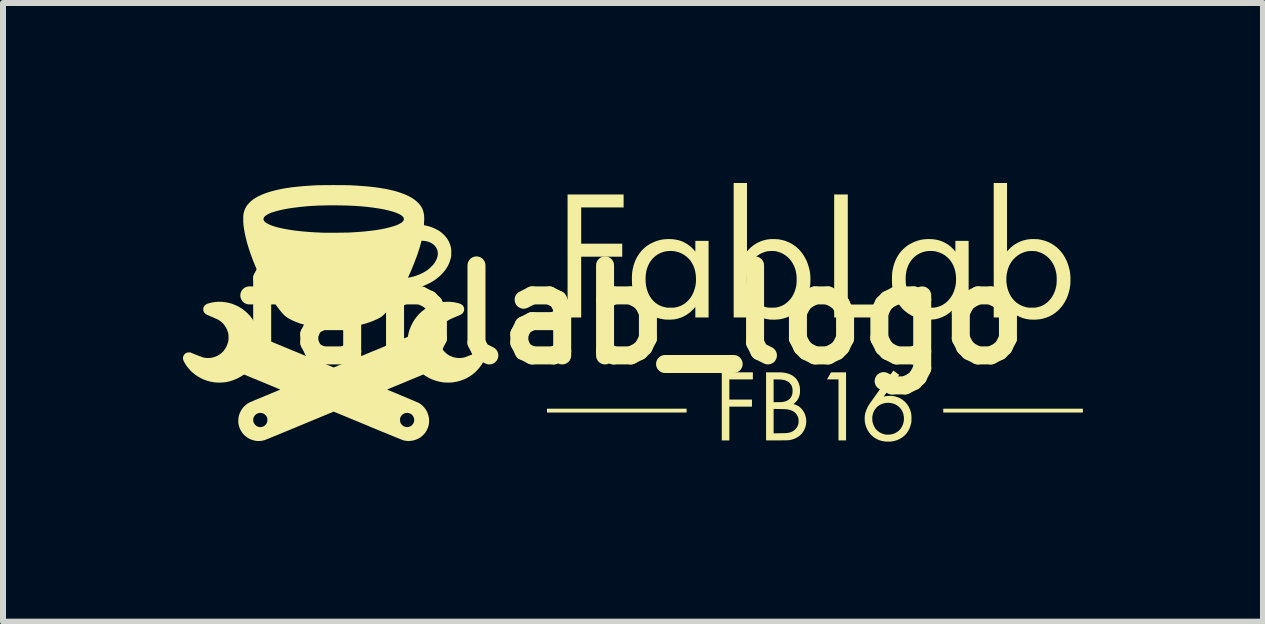
<source format=kicad_pcb>
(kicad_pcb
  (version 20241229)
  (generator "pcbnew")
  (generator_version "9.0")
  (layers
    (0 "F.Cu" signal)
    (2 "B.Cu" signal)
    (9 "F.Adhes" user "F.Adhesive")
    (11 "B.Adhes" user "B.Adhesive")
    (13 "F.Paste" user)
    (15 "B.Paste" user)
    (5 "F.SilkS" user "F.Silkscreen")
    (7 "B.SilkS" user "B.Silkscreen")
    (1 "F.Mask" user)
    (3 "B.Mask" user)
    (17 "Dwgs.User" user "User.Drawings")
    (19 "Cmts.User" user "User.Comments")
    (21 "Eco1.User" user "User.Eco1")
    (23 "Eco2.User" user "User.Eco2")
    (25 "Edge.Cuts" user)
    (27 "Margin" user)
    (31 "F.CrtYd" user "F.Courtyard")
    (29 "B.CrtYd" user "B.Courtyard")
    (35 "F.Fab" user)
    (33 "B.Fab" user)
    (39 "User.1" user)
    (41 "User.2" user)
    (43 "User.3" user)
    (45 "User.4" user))
  (footprint "fablab_logo"
    (layer "F.Cu")
    (at 7.498 2.195)
    (property "Reference" "fablab_logo" (at 0 0 0) (layer "F.SilkS") (effects (font (size 1.5 1.5) (thickness 0.3))))
    (attr board_only exclude_from_pos_files exclude_from_bom)
    (fp_poly (pts (xy 0.895 1.598) (xy 0.895 1.63) (xy -0.268 1.63) (xy -1.432 1.63) (xy -1.432 1.598) (xy -1.432 1.566) (xy -0.268 1.566) (xy 0.895 1.566)) (stroke (width 0) (type solid)) (fill yes) (layer "F.SilkS"))
    (fp_poly (pts (xy 7.499 1.598) (xy 7.499 1.63) (xy 6.336 1.63) (xy 5.172 1.63) (xy 5.172 1.598) (xy 5.172 1.566) (xy 6.336 1.566) (xy 7.499 1.566)) (stroke (width 0) (type solid)) (fill yes) (layer "F.SilkS"))
    (fp_poly (pts (xy 3.552 1.527) (xy 3.552 2.095) (xy 3.489 2.095) (xy 3.426 2.095) (xy 3.426 1.587) (xy 3.426 1.078) (xy 3.331 1.078) (xy 3.235 1.078) (xy 3.268 1.019) (xy 3.301 0.96) (xy 3.427 0.96) (xy 3.552 0.96)) (stroke (width 0) (type solid)) (fill yes) (layer "F.SilkS"))
    (fp_poly (pts (xy 3.581 -1.087) (xy 3.581 -0.17) (xy 3.864 -0.17) (xy 4.147 -0.169) (xy 4.148 -0.061) (xy 4.148 0.046) (xy 3.751 0.046) (xy 3.354 0.046) (xy 3.354 -0.979) (xy 3.354 -2.004) (xy 3.467 -2.004) (xy 3.581 -2.004)) (stroke (width 0) (type solid)) (fill yes) (layer "F.SilkS"))
    (fp_poly (pts (xy -0.155 -1.896) (xy -0.155 -1.788) (xy -0.508 -1.788) (xy -0.862 -1.788) (xy -0.862 -1.486) (xy -0.862 -1.184) (xy -0.52 -1.184) (xy -0.178 -1.184) (xy -0.178 -1.076) (xy -0.178 -0.967) (xy -0.52 -0.967) (xy -0.862 -0.967) (xy -0.862 -0.46) (xy -0.862 0.046) (xy -0.975 0.046) (xy -1.089 0.046) (xy -1.089 -0.979) (xy -1.089 -2.004) (xy -0.622 -2.004) (xy -0.155 -2.004)) (stroke (width 0) (type solid)) (fill yes) (layer "F.SilkS"))
    (fp_poly (pts (xy 1.999 1.019) (xy 1.999 1.078) (xy 1.803 1.078) (xy 1.607 1.078) (xy 1.607 1.246) (xy 1.607 1.414) (xy 1.795 1.414) (xy 1.984 1.414) (xy 1.984 1.473) (xy 1.984 1.532) (xy 1.795 1.532) (xy 1.607 1.532) (xy 1.607 1.814) (xy 1.607 2.095) (xy 1.544 2.095) (xy 1.481 2.095) (xy 1.481 1.527) (xy 1.481 0.96) (xy 1.74 0.96) (xy 1.999 0.96)) (stroke (width 0) (type solid)) (fill yes) (layer "F.SilkS"))
    (fp_poly (pts (xy 1.901 -1.625) (xy 1.901 -1.055) (xy 1.916 -1.072) (xy 1.953 -1.111) (xy 1.993 -1.145) (xy 2.035 -1.175) (xy 2.081 -1.201) (xy 2.128 -1.223) (xy 2.178 -1.24) (xy 2.231 -1.252) (xy 2.28 -1.259) (xy 2.298 -1.26) (xy 2.32 -1.261) (xy 2.344 -1.261) (xy 2.368 -1.26) (xy 2.393 -1.259) (xy 2.415 -1.258) (xy 2.434 -1.255) (xy 2.437 -1.255) (xy 2.491 -1.244) (xy 2.544 -1.229) (xy 2.593 -1.209) (xy 2.641 -1.185) (xy 2.685 -1.157) (xy 2.727 -1.125) (xy 2.766 -1.089) (xy 2.802 -1.049) (xy 2.834 -1.006) (xy 2.863 -0.959) (xy 2.889 -0.91) (xy 2.911 -0.857) (xy 2.929 -0.801) (xy 2.944 -0.742) (xy 2.952 -0.698) (xy 2.954 -0.675) (xy 2.956 -0.649) (xy 2.958 -0.62) (xy 2.958 -0.59) (xy 2.958 -0.56) (xy 2.957 -0.532) (xy 2.956 -0.508) (xy 2.955 -0.503) (xy 2.947 -0.443) (xy 2.934 -0.385) (xy 2.917 -0.33) (xy 2.897 -0.277) (xy 2.873 -0.228) (xy 2.845 -0.181) (xy 2.813 -0.138) (xy 2.779 -0.098) (xy 2.741 -0.061) (xy 2.701 -0.028) (xy 2.657 0.001) (xy 2.611 0.025) (xy 2.562 0.046) (xy 2.511 0.062) (xy 2.487 0.068) (xy 2.451 0.075) (xy 2.412 0.079) (xy 2.372 0.082) (xy 2.332 0.082) (xy 2.294 0.081) (xy 2.27 0.079) (xy 2.217 0.07) (xy 2.166 0.056) (xy 2.117 0.038) (xy 2.07 0.015) (xy 2.025 -0.013) (xy 1.995 -0.035) (xy 1.985 -0.044) (xy 1.973 -0.055) (xy 1.959 -0.068) (xy 1.945 -0.082) (xy 1.932 -0.095) (xy 1.92 -0.108) (xy 1.911 -0.118) (xy 1.909 -0.12) (xy 1.901 -0.13) (xy 1.901 -0.042) (xy 1.901 0.046) (xy 1.79 0.046) (xy 1.679 0.046) (xy 1.679 -0.587) (xy 1.889 -0.587) (xy 1.891 -0.537) (xy 1.898 -0.489) (xy 1.908 -0.441) (xy 1.923 -0.395) (xy 1.941 -0.351) (xy 1.964 -0.309) (xy 1.969 -0.301) (xy 1.997 -0.263) (xy 2.027 -0.23) (xy 2.061 -0.2) (xy 2.098 -0.175) (xy 2.137 -0.154) (xy 2.18 -0.137) (xy 2.225 -0.124) (xy 2.261 -0.118) (xy 2.266 -0.117) (xy 2.275 -0.117) (xy 2.288 -0.117) (xy 2.303 -0.117) (xy 2.319 -0.117) (xy 2.324 -0.117) (xy 2.345 -0.118) (xy 2.361 -0.118) (xy 2.374 -0.119) (xy 2.385 -0.12) (xy 2.394 -0.122) (xy 2.403 -0.124) (xy 2.443 -0.134) (xy 2.479 -0.148) (xy 2.512 -0.164) (xy 2.543 -0.184) (xy 2.573 -0.208) (xy 2.595 -0.229) (xy 2.626 -0.263) (xy 2.652 -0.299) (xy 2.674 -0.338) (xy 2.693 -0.38) (xy 2.703 -0.409) (xy 2.713 -0.442) (xy 2.72 -0.474) (xy 2.725 -0.507) (xy 2.728 -0.542) (xy 2.729 -0.58) (xy 2.729 -0.586) (xy 2.728 -0.628) (xy 2.725 -0.667) (xy 2.719 -0.704) (xy 2.711 -0.741) (xy 2.701 -0.771) (xy 2.684 -0.816) (xy 2.662 -0.858) (xy 2.637 -0.896) (xy 2.608 -0.931) (xy 2.576 -0.963) (xy 2.54 -0.991) (xy 2.502 -1.015) (xy 2.461 -1.034) (xy 2.418 -1.049) (xy 2.389 -1.057) (xy 2.374 -1.059) (xy 2.355 -1.061) (xy 2.334 -1.062) (xy 2.311 -1.062) (xy 2.288 -1.061) (xy 2.267 -1.06) (xy 2.248 -1.058) (xy 2.234 -1.056) (xy 2.188 -1.043) (xy 2.145 -1.026) (xy 2.104 -1.004) (xy 2.067 -0.978) (xy 2.032 -0.948) (xy 2 -0.915) (xy 1.972 -0.878) (xy 1.948 -0.838) (xy 1.941 -0.824) (xy 1.922 -0.78) (xy 1.908 -0.733) (xy 1.897 -0.685) (xy 1.891 -0.636) (xy 1.889 -0.587) (xy 1.679 -0.587) (xy 1.679 -1.074) (xy 1.679 -2.195) (xy 1.79 -2.195) (xy 1.901 -2.195)) (stroke (width 0) (type solid)) (fill yes) (layer "F.SilkS"))
    (fp_poly (pts (xy 6.235 -1.625) (xy 6.235 -1.055) (xy 6.25 -1.072) (xy 6.287 -1.111) (xy 6.327 -1.145) (xy 6.369 -1.175) (xy 6.415 -1.201) (xy 6.462 -1.223) (xy 6.512 -1.24) (xy 6.565 -1.252) (xy 6.614 -1.259) (xy 6.632 -1.26) (xy 6.654 -1.261) (xy 6.678 -1.261) (xy 6.702 -1.26) (xy 6.727 -1.259) (xy 6.749 -1.258) (xy 6.768 -1.255) (xy 6.77 -1.255) (xy 6.825 -1.244) (xy 6.877 -1.229) (xy 6.927 -1.209) (xy 6.975 -1.185) (xy 7.019 -1.157) (xy 7.061 -1.125) (xy 7.1 -1.089) (xy 7.136 -1.049) (xy 7.168 -1.006) (xy 7.197 -0.959) (xy 7.223 -0.91) (xy 7.245 -0.857) (xy 7.263 -0.801) (xy 7.278 -0.742) (xy 7.286 -0.698) (xy 7.288 -0.675) (xy 7.29 -0.649) (xy 7.292 -0.62) (xy 7.292 -0.59) (xy 7.292 -0.56) (xy 7.291 -0.532) (xy 7.29 -0.508) (xy 7.289 -0.503) (xy 7.281 -0.443) (xy 7.268 -0.385) (xy 7.251 -0.33) (xy 7.231 -0.277) (xy 7.206 -0.228) (xy 7.179 -0.181) (xy 7.147 -0.138) (xy 7.113 -0.098) (xy 7.075 -0.061) (xy 7.035 -0.028) (xy 6.991 0.001) (xy 6.945 0.025) (xy 6.896 0.046) (xy 6.845 0.062) (xy 6.821 0.068) (xy 6.785 0.075) (xy 6.746 0.079) (xy 6.706 0.082) (xy 6.666 0.082) (xy 6.628 0.081) (xy 6.604 0.079) (xy 6.55 0.07) (xy 6.5 0.056) (xy 6.451 0.038) (xy 6.404 0.015) (xy 6.359 -0.013) (xy 6.329 -0.035) (xy 6.319 -0.044) (xy 6.307 -0.055) (xy 6.293 -0.068) (xy 6.279 -0.082) (xy 6.266 -0.095) (xy 6.254 -0.108) (xy 6.245 -0.118) (xy 6.243 -0.12) (xy 6.235 -0.13) (xy 6.235 -0.042) (xy 6.235 0.046) (xy 6.124 0.046) (xy 6.013 0.046) (xy 6.013 -0.587) (xy 6.223 -0.587) (xy 6.225 -0.537) (xy 6.232 -0.489) (xy 6.242 -0.441) (xy 6.257 -0.395) (xy 6.275 -0.351) (xy 6.298 -0.309) (xy 6.303 -0.301) (xy 6.331 -0.263) (xy 6.361 -0.23) (xy 6.395 -0.2) (xy 6.432 -0.175) (xy 6.471 -0.154) (xy 6.514 -0.137) (xy 6.559 -0.124) (xy 6.595 -0.118) (xy 6.6 -0.117) (xy 6.609 -0.117) (xy 6.622 -0.117) (xy 6.636 -0.117) (xy 6.653 -0.117) (xy 6.658 -0.117) (xy 6.679 -0.118) (xy 6.695 -0.118) (xy 6.708 -0.119) (xy 6.719 -0.12) (xy 6.728 -0.122) (xy 6.737 -0.124) (xy 6.777 -0.134) (xy 6.813 -0.148) (xy 6.846 -0.164) (xy 6.877 -0.184) (xy 6.907 -0.208) (xy 6.929 -0.229) (xy 6.959 -0.263) (xy 6.986 -0.299) (xy 7.008 -0.338) (xy 7.027 -0.38) (xy 7.037 -0.409) (xy 7.047 -0.442) (xy 7.054 -0.474) (xy 7.059 -0.507) (xy 7.062 -0.542) (xy 7.063 -0.58) (xy 7.063 -0.586) (xy 7.062 -0.628) (xy 7.059 -0.667) (xy 7.053 -0.704) (xy 7.044 -0.741) (xy 7.035 -0.771) (xy 7.018 -0.816) (xy 6.996 -0.858) (xy 6.971 -0.896) (xy 6.942 -0.931) (xy 6.91 -0.963) (xy 6.874 -0.991) (xy 6.836 -1.015) (xy 6.795 -1.034) (xy 6.751 -1.049) (xy 6.723 -1.057) (xy 6.708 -1.059) (xy 6.689 -1.061) (xy 6.668 -1.062) (xy 6.645 -1.062) (xy 6.622 -1.061) (xy 6.601 -1.06) (xy 6.582 -1.058) (xy 6.568 -1.056) (xy 6.522 -1.043) (xy 6.479 -1.026) (xy 6.438 -1.004) (xy 6.4 -0.978) (xy 6.366 -0.948) (xy 6.334 -0.915) (xy 6.306 -0.878) (xy 6.282 -0.838) (xy 6.275 -0.824) (xy 6.256 -0.78) (xy 6.242 -0.733) (xy 6.231 -0.685) (xy 6.225 -0.636) (xy 6.223 -0.587) (xy 6.013 -0.587) (xy 6.013 -1.074) (xy 6.013 -2.195) (xy 6.124 -2.195) (xy 6.235 -2.195)) (stroke (width 0) (type solid)) (fill yes) (layer "F.SilkS"))
    (fp_poly (pts (xy 2.369 0.96) (xy 2.395 0.96) (xy 2.419 0.96) (xy 2.441 0.96) (xy 2.46 0.961) (xy 2.476 0.961) (xy 2.488 0.962) (xy 2.495 0.962) (xy 2.54 0.969) (xy 2.581 0.979) (xy 2.619 0.993) (xy 2.653 1.01) (xy 2.683 1.031) (xy 2.71 1.055) (xy 2.732 1.083) (xy 2.751 1.113) (xy 2.766 1.148) (xy 2.777 1.185) (xy 2.78 1.201) (xy 2.783 1.218) (xy 2.784 1.239) (xy 2.785 1.261) (xy 2.784 1.284) (xy 2.783 1.304) (xy 2.781 1.322) (xy 2.78 1.327) (xy 2.771 1.361) (xy 2.758 1.393) (xy 2.741 1.422) (xy 2.721 1.448) (xy 2.698 1.471) (xy 2.691 1.477) (xy 2.684 1.482) (xy 2.679 1.487) (xy 2.678 1.489) (xy 2.68 1.491) (xy 2.685 1.492) (xy 2.686 1.492) (xy 2.698 1.496) (xy 2.712 1.501) (xy 2.727 1.508) (xy 2.742 1.515) (xy 2.753 1.521) (xy 2.782 1.541) (xy 2.808 1.565) (xy 2.831 1.593) (xy 2.851 1.625) (xy 2.856 1.634) (xy 2.871 1.671) (xy 2.882 1.709) (xy 2.888 1.748) (xy 2.889 1.787) (xy 2.885 1.826) (xy 2.877 1.864) (xy 2.863 1.901) (xy 2.845 1.937) (xy 2.835 1.954) (xy 2.812 1.984) (xy 2.784 2.011) (xy 2.754 2.035) (xy 2.719 2.054) (xy 2.682 2.071) (xy 2.641 2.083) (xy 2.62 2.088) (xy 2.614 2.089) (xy 2.608 2.089) (xy 2.603 2.09) (xy 2.596 2.091) (xy 2.588 2.091) (xy 2.579 2.092) (xy 2.567 2.092) (xy 2.554 2.093) (xy 2.537 2.093) (xy 2.517 2.093) (xy 2.494 2.093) (xy 2.467 2.094) (xy 2.435 2.094) (xy 2.405 2.094) (xy 2.219 2.095) (xy 2.219 1.57) (xy 2.345 1.57) (xy 2.345 1.774) (xy 2.345 1.977) (xy 2.449 1.975) (xy 2.479 1.975) (xy 2.505 1.974) (xy 2.526 1.974) (xy 2.544 1.973) (xy 2.558 1.972) (xy 2.57 1.971) (xy 2.579 1.97) (xy 2.579 1.97) (xy 2.609 1.964) (xy 2.636 1.956) (xy 2.659 1.945) (xy 2.68 1.932) (xy 2.7 1.915) (xy 2.705 1.91) (xy 2.724 1.889) (xy 2.738 1.868) (xy 2.749 1.844) (xy 2.756 1.825) (xy 2.759 1.805) (xy 2.761 1.783) (xy 2.761 1.76) (xy 2.759 1.738) (xy 2.756 1.72) (xy 2.745 1.69) (xy 2.73 1.664) (xy 2.711 1.641) (xy 2.688 1.621) (xy 2.661 1.605) (xy 2.656 1.602) (xy 2.642 1.596) (xy 2.63 1.591) (xy 2.617 1.586) (xy 2.603 1.583) (xy 2.589 1.58) (xy 2.572 1.577) (xy 2.554 1.576) (xy 2.532 1.574) (xy 2.507 1.573) (xy 2.478 1.572) (xy 2.445 1.572) (xy 2.345 1.57) (xy 2.219 1.57) (xy 2.219 1.527) (xy 2.219 1.078) (xy 2.345 1.078) (xy 2.345 1.268) (xy 2.345 1.458) (xy 2.409 1.457) (xy 2.428 1.457) (xy 2.446 1.457) (xy 2.462 1.457) (xy 2.476 1.456) (xy 2.487 1.455) (xy 2.491 1.455) (xy 2.526 1.448) (xy 2.556 1.438) (xy 2.583 1.425) (xy 2.606 1.408) (xy 2.625 1.388) (xy 2.64 1.365) (xy 2.652 1.338) (xy 2.655 1.327) (xy 2.658 1.309) (xy 2.66 1.289) (xy 2.661 1.267) (xy 2.66 1.245) (xy 2.657 1.225) (xy 2.655 1.214) (xy 2.648 1.192) (xy 2.64 1.174) (xy 2.629 1.158) (xy 2.615 1.141) (xy 2.612 1.139) (xy 2.601 1.128) (xy 2.592 1.12) (xy 2.582 1.114) (xy 2.57 1.108) (xy 2.567 1.106) (xy 2.55 1.098) (xy 2.532 1.092) (xy 2.514 1.087) (xy 2.493 1.084) (xy 2.471 1.081) (xy 2.445 1.079) (xy 2.415 1.079) (xy 2.395 1.078) (xy 2.345 1.078) (xy 2.219 1.078) (xy 2.219 0.96) (xy 2.343 0.96)) (stroke (width 0) (type solid)) (fill yes) (layer "F.SilkS"))
    (fp_poly (pts (xy 0.658 -1.259) (xy 0.711 -1.252) (xy 0.763 -1.241) (xy 0.812 -1.225) (xy 0.858 -1.204) (xy 0.902 -1.179) (xy 0.944 -1.149) (xy 0.983 -1.115) (xy 1.02 -1.076) (xy 1.027 -1.068) (xy 1.04 -1.052) (xy 1.04 -1.141) (xy 1.04 -1.231) (xy 1.151 -1.231) (xy 1.261 -1.231) (xy 1.261 -0.592) (xy 1.261 0.046) (xy 1.151 0.046) (xy 1.04 0.046) (xy 1.04 -0.042) (xy 1.04 -0.13) (xy 1.031 -0.12) (xy 1.023 -0.11) (xy 1.012 -0.098) (xy 0.999 -0.085) (xy 0.985 -0.071) (xy 0.971 -0.057) (xy 0.958 -0.046) (xy 0.948 -0.037) (xy 0.948 -0.037) (xy 0.906 -0.006) (xy 0.862 0.02) (xy 0.816 0.042) (xy 0.767 0.06) (xy 0.715 0.073) (xy 0.702 0.075) (xy 0.685 0.078) (xy 0.664 0.079) (xy 0.641 0.081) (xy 0.616 0.082) (xy 0.591 0.082) (xy 0.567 0.081) (xy 0.545 0.081) (xy 0.526 0.079) (xy 0.525 0.079) (xy 0.467 0.069) (xy 0.412 0.055) (xy 0.36 0.036) (xy 0.311 0.014) (xy 0.264 -0.013) (xy 0.221 -0.044) (xy 0.18 -0.078) (xy 0.143 -0.116) (xy 0.11 -0.158) (xy 0.08 -0.203) (xy 0.054 -0.252) (xy 0.031 -0.303) (xy 0.013 -0.358) (xy -0.001 -0.415) (xy -0.001 -0.417) (xy -0.006 -0.438) (xy -0.009 -0.457) (xy -0.012 -0.475) (xy -0.014 -0.493) (xy -0.015 -0.511) (xy -0.016 -0.531) (xy -0.016 -0.553) (xy -0.017 -0.579) (xy -0.017 -0.585) (xy 0.211 -0.585) (xy 0.213 -0.538) (xy 0.218 -0.493) (xy 0.222 -0.468) (xy 0.234 -0.419) (xy 0.25 -0.373) (xy 0.269 -0.33) (xy 0.292 -0.291) (xy 0.318 -0.255) (xy 0.347 -0.223) (xy 0.38 -0.195) (xy 0.415 -0.171) (xy 0.453 -0.151) (xy 0.494 -0.135) (xy 0.538 -0.124) (xy 0.543 -0.123) (xy 0.554 -0.121) (xy 0.562 -0.119) (xy 0.57 -0.118) (xy 0.578 -0.117) (xy 0.587 -0.117) (xy 0.598 -0.117) (xy 0.612 -0.117) (xy 0.63 -0.117) (xy 0.636 -0.117) (xy 0.657 -0.118) (xy 0.674 -0.118) (xy 0.687 -0.119) (xy 0.699 -0.12) (xy 0.709 -0.122) (xy 0.717 -0.123) (xy 0.76 -0.135) (xy 0.8 -0.15) (xy 0.837 -0.169) (xy 0.872 -0.193) (xy 0.905 -0.221) (xy 0.915 -0.231) (xy 0.945 -0.265) (xy 0.972 -0.302) (xy 0.995 -0.342) (xy 1.014 -0.385) (xy 1.029 -0.431) (xy 1.033 -0.445) (xy 1.04 -0.472) (xy 1.044 -0.497) (xy 1.048 -0.522) (xy 1.05 -0.548) (xy 1.051 -0.577) (xy 1.051 -0.593) (xy 1.05 -0.632) (xy 1.047 -0.668) (xy 1.042 -0.701) (xy 1.035 -0.734) (xy 1.026 -0.767) (xy 1.025 -0.77) (xy 1.008 -0.815) (xy 0.987 -0.856) (xy 0.962 -0.895) (xy 0.934 -0.93) (xy 0.901 -0.961) (xy 0.866 -0.989) (xy 0.827 -1.013) (xy 0.786 -1.032) (xy 0.759 -1.042) (xy 0.716 -1.054) (xy 0.672 -1.061) (xy 0.627 -1.063) (xy 0.582 -1.061) (xy 0.538 -1.054) (xy 0.496 -1.043) (xy 0.495 -1.042) (xy 0.456 -1.027) (xy 0.42 -1.009) (xy 0.387 -0.987) (xy 0.356 -0.961) (xy 0.34 -0.947) (xy 0.311 -0.914) (xy 0.285 -0.879) (xy 0.264 -0.841) (xy 0.246 -0.8) (xy 0.231 -0.756) (xy 0.223 -0.722) (xy 0.216 -0.679) (xy 0.212 -0.633) (xy 0.211 -0.585) (xy -0.017 -0.585) (xy -0.017 -0.593) (xy -0.017 -0.622) (xy -0.016 -0.646) (xy -0.015 -0.667) (xy -0.014 -0.686) (xy -0.013 -0.704) (xy -0.01 -0.721) (xy -0.007 -0.739) (xy -0.003 -0.759) (xy -0.002 -0.765) (xy 0.011 -0.821) (xy 0.029 -0.875) (xy 0.051 -0.927) (xy 0.077 -0.975) (xy 0.108 -1.021) (xy 0.141 -1.063) (xy 0.164 -1.087) (xy 0.202 -1.122) (xy 0.242 -1.153) (xy 0.286 -1.18) (xy 0.319 -1.197) (xy 0.368 -1.219) (xy 0.417 -1.236) (xy 0.468 -1.249) (xy 0.52 -1.257) (xy 0.575 -1.261) (xy 0.602 -1.261)) (stroke (width 0) (type solid)) (fill yes) (layer "F.SilkS"))
    (fp_poly (pts (xy 4.992 -1.259) (xy 5.045 -1.252) (xy 5.097 -1.241) (xy 5.145 -1.225) (xy 5.192 -1.204) (xy 5.236 -1.179) (xy 5.278 -1.149) (xy 5.317 -1.115) (xy 5.354 -1.076) (xy 5.361 -1.068) (xy 5.374 -1.052) (xy 5.374 -1.141) (xy 5.374 -1.231) (xy 5.485 -1.231) (xy 5.595 -1.231) (xy 5.595 -0.592) (xy 5.595 0.046) (xy 5.485 0.046) (xy 5.374 0.046) (xy 5.374 -0.042) (xy 5.374 -0.13) (xy 5.365 -0.12) (xy 5.357 -0.11) (xy 5.346 -0.098) (xy 5.333 -0.085) (xy 5.319 -0.071) (xy 5.305 -0.057) (xy 5.292 -0.046) (xy 5.282 -0.037) (xy 5.282 -0.037) (xy 5.24 -0.006) (xy 5.196 0.02) (xy 5.149 0.042) (xy 5.101 0.06) (xy 5.049 0.073) (xy 5.036 0.075) (xy 5.019 0.078) (xy 4.998 0.079) (xy 4.975 0.081) (xy 4.95 0.082) (xy 4.925 0.082) (xy 4.901 0.081) (xy 4.879 0.081) (xy 4.86 0.079) (xy 4.859 0.079) (xy 4.801 0.069) (xy 4.746 0.055) (xy 4.694 0.036) (xy 4.645 0.014) (xy 4.598 -0.013) (xy 4.555 -0.044) (xy 4.514 -0.078) (xy 4.477 -0.116) (xy 4.444 -0.158) (xy 4.414 -0.203) (xy 4.388 -0.252) (xy 4.365 -0.303) (xy 4.347 -0.358) (xy 4.333 -0.415) (xy 4.333 -0.417) (xy 4.328 -0.438) (xy 4.325 -0.457) (xy 4.322 -0.475) (xy 4.32 -0.493) (xy 4.319 -0.511) (xy 4.318 -0.531) (xy 4.318 -0.553) (xy 4.317 -0.579) (xy 4.317 -0.585) (xy 4.545 -0.585) (xy 4.547 -0.538) (xy 4.552 -0.493) (xy 4.556 -0.468) (xy 4.568 -0.419) (xy 4.584 -0.373) (xy 4.603 -0.33) (xy 4.626 -0.291) (xy 4.652 -0.255) (xy 4.681 -0.223) (xy 4.714 -0.195) (xy 4.749 -0.171) (xy 4.787 -0.151) (xy 4.828 -0.135) (xy 4.872 -0.124) (xy 4.877 -0.123) (xy 4.888 -0.121) (xy 4.896 -0.119) (xy 4.904 -0.118) (xy 4.912 -0.117) (xy 4.921 -0.117) (xy 4.932 -0.117) (xy 4.946 -0.117) (xy 4.964 -0.117) (xy 4.97 -0.117) (xy 4.991 -0.118) (xy 5.008 -0.118) (xy 5.021 -0.119) (xy 5.033 -0.12) (xy 5.043 -0.122) (xy 5.051 -0.123) (xy 5.094 -0.135) (xy 5.134 -0.15) (xy 5.171 -0.169) (xy 5.206 -0.193) (xy 5.239 -0.221) (xy 5.249 -0.231) (xy 5.279 -0.265) (xy 5.306 -0.302) (xy 5.329 -0.342) (xy 5.348 -0.385) (xy 5.363 -0.431) (xy 5.367 -0.445) (xy 5.374 -0.472) (xy 5.378 -0.497) (xy 5.382 -0.522) (xy 5.384 -0.548) (xy 5.385 -0.577) (xy 5.385 -0.593) (xy 5.384 -0.632) (xy 5.381 -0.668) (xy 5.376 -0.701) (xy 5.369 -0.734) (xy 5.36 -0.767) (xy 5.359 -0.77) (xy 5.342 -0.815) (xy 5.321 -0.856) (xy 5.296 -0.895) (xy 5.268 -0.93) (xy 5.235 -0.961) (xy 5.2 -0.989) (xy 5.161 -1.013) (xy 5.119 -1.032) (xy 5.092 -1.042) (xy 5.05 -1.054) (xy 5.006 -1.061) (xy 4.961 -1.063) (xy 4.916 -1.061) (xy 4.872 -1.054) (xy 4.83 -1.043) (xy 4.829 -1.042) (xy 4.79 -1.027) (xy 4.754 -1.009) (xy 4.721 -0.987) (xy 4.689 -0.961) (xy 4.674 -0.947) (xy 4.645 -0.914) (xy 4.619 -0.879) (xy 4.597 -0.841) (xy 4.58 -0.8) (xy 4.565 -0.756) (xy 4.557 -0.722) (xy 4.55 -0.679) (xy 4.546 -0.633) (xy 4.545 -0.585) (xy 4.317 -0.585) (xy 4.317 -0.593) (xy 4.317 -0.622) (xy 4.318 -0.646) (xy 4.319 -0.667) (xy 4.32 -0.686) (xy 4.321 -0.704) (xy 4.324 -0.721) (xy 4.327 -0.739) (xy 4.33 -0.759) (xy 4.332 -0.765) (xy 4.345 -0.821) (xy 4.363 -0.875) (xy 4.385 -0.927) (xy 4.411 -0.975) (xy 4.441 -1.021) (xy 4.475 -1.063) (xy 4.498 -1.087) (xy 4.536 -1.122) (xy 4.576 -1.153) (xy 4.62 -1.18) (xy 4.653 -1.197) (xy 4.702 -1.219) (xy 4.751 -1.236) (xy 4.802 -1.249) (xy 4.854 -1.257) (xy 4.909 -1.261) (xy 4.936 -1.261)) (stroke (width 0) (type solid)) (fill yes) (layer "F.SilkS"))
    (fp_poly (pts (xy 4.342 0.934) (xy 4.348 0.937) (xy 4.357 0.943) (xy 4.369 0.951) (xy 4.382 0.961) (xy 4.389 0.966) (xy 4.402 0.976) (xy 4.414 0.985) (xy 4.424 0.993) (xy 4.432 0.999) (xy 4.436 1.002) (xy 4.437 1.002) (xy 4.435 1.004) (xy 4.431 1.01) (xy 4.425 1.02) (xy 4.416 1.032) (xy 4.405 1.047) (xy 4.393 1.065) (xy 4.379 1.084) (xy 4.364 1.106) (xy 4.348 1.128) (xy 4.332 1.151) (xy 4.315 1.175) (xy 4.298 1.199) (xy 4.281 1.222) (xy 4.265 1.245) (xy 4.249 1.267) (xy 4.234 1.287) (xy 4.221 1.306) (xy 4.209 1.323) (xy 4.199 1.337) (xy 4.191 1.349) (xy 4.185 1.357) (xy 4.181 1.361) (xy 4.181 1.362) (xy 4.18 1.364) (xy 4.182 1.364) (xy 4.186 1.363) (xy 4.202 1.36) (xy 4.216 1.357) (xy 4.23 1.355) (xy 4.247 1.353) (xy 4.264 1.353) (xy 4.292 1.352) (xy 4.316 1.353) (xy 4.339 1.356) (xy 4.363 1.36) (xy 4.376 1.364) (xy 4.416 1.376) (xy 4.454 1.393) (xy 4.489 1.415) (xy 4.521 1.44) (xy 4.551 1.469) (xy 4.576 1.501) (xy 4.598 1.537) (xy 4.616 1.576) (xy 4.624 1.598) (xy 4.63 1.618) (xy 4.635 1.636) (xy 4.638 1.654) (xy 4.64 1.672) (xy 4.642 1.693) (xy 4.642 1.718) (xy 4.642 1.73) (xy 4.642 1.749) (xy 4.642 1.765) (xy 4.641 1.778) (xy 4.64 1.788) (xy 4.639 1.798) (xy 4.637 1.808) (xy 4.636 1.81) (xy 4.624 1.855) (xy 4.609 1.897) (xy 4.589 1.935) (xy 4.566 1.97) (xy 4.539 2.001) (xy 4.509 2.029) (xy 4.473 2.054) (xy 4.435 2.076) (xy 4.394 2.093) (xy 4.351 2.105) (xy 4.308 2.113) (xy 4.291 2.114) (xy 4.271 2.115) (xy 4.249 2.115) (xy 4.227 2.114) (xy 4.206 2.113) (xy 4.189 2.111) (xy 4.145 2.103) (xy 4.104 2.09) (xy 4.064 2.073) (xy 4.028 2.051) (xy 3.995 2.026) (xy 3.964 1.997) (xy 3.937 1.964) (xy 3.914 1.928) (xy 3.895 1.89) (xy 3.879 1.848) (xy 3.87 1.81) (xy 3.867 1.792) (xy 3.864 1.771) (xy 3.863 1.748) (xy 3.862 1.729) (xy 3.989 1.729) (xy 3.99 1.763) (xy 3.996 1.797) (xy 4.006 1.83) (xy 4.02 1.861) (xy 4.037 1.891) (xy 4.059 1.918) (xy 4.066 1.925) (xy 4.092 1.947) (xy 4.121 1.966) (xy 4.153 1.981) (xy 4.188 1.992) (xy 4.211 1.997) (xy 4.228 1.998) (xy 4.248 1.999) (xy 4.269 1.998) (xy 4.29 1.996) (xy 4.31 1.993) (xy 4.322 1.991) (xy 4.356 1.979) (xy 4.388 1.964) (xy 4.417 1.944) (xy 4.44 1.925) (xy 4.463 1.898) (xy 4.482 1.868) (xy 4.497 1.836) (xy 4.508 1.802) (xy 4.515 1.766) (xy 4.517 1.728) (xy 4.516 1.714) (xy 4.512 1.677) (xy 4.503 1.642) (xy 4.49 1.61) (xy 4.473 1.58) (xy 4.451 1.553) (xy 4.427 1.529) (xy 4.399 1.509) (xy 4.368 1.492) (xy 4.334 1.48) (xy 4.333 1.48) (xy 4.297 1.472) (xy 4.26 1.468) (xy 4.224 1.469) (xy 4.189 1.475) (xy 4.155 1.485) (xy 4.123 1.499) (xy 4.093 1.517) (xy 4.067 1.539) (xy 4.063 1.543) (xy 4.041 1.569) (xy 4.022 1.597) (xy 4.008 1.628) (xy 3.997 1.661) (xy 3.991 1.694) (xy 3.989 1.729) (xy 3.862 1.729) (xy 3.862 1.726) (xy 3.863 1.705) (xy 3.864 1.687) (xy 3.864 1.684) (xy 3.873 1.639) (xy 3.887 1.595) (xy 3.906 1.551) (xy 3.929 1.508) (xy 3.935 1.499) (xy 3.937 1.495) (xy 3.943 1.487) (xy 3.951 1.476) (xy 3.961 1.461) (xy 3.973 1.444) (xy 3.988 1.424) (xy 4.003 1.401) (xy 4.021 1.377) (xy 4.039 1.351) (xy 4.059 1.323) (xy 4.079 1.295) (xy 4.1 1.266) (xy 4.122 1.236) (xy 4.143 1.206) (xy 4.165 1.176) (xy 4.186 1.146) (xy 4.206 1.117) (xy 4.226 1.089) (xy 4.245 1.063) (xy 4.263 1.038) (xy 4.28 1.015) (xy 4.295 0.994) (xy 4.308 0.976) (xy 4.319 0.96) (xy 4.328 0.948) (xy 4.334 0.939) (xy 4.338 0.934) (xy 4.339 0.933)) (stroke (width 0) (type solid)) (fill yes) (layer "F.SilkS"))
    (fp_poly (pts (xy -4.955 -2.16) (xy -4.917 -2.16) (xy -4.879 -2.16) (xy -4.844 -2.16) (xy -4.81 -2.16) (xy -4.779 -2.159) (xy -4.752 -2.159) (xy -4.728 -2.158) (xy -4.709 -2.157) (xy -4.704 -2.157) (xy -4.612 -2.152) (xy -4.524 -2.146) (xy -4.441 -2.14) (xy -4.363 -2.132) (xy -4.289 -2.123) (xy -4.218 -2.113) (xy -4.152 -2.102) (xy -4.089 -2.09) (xy -4.029 -2.077) (xy -3.972 -2.063) (xy -3.918 -2.047) (xy -3.897 -2.04) (xy -3.839 -2.02) (xy -3.786 -1.999) (xy -3.738 -1.977) (xy -3.694 -1.953) (xy -3.655 -1.928) (xy -3.619 -1.901) (xy -3.587 -1.872) (xy -3.577 -1.862) (xy -3.552 -1.834) (xy -3.531 -1.806) (xy -3.514 -1.776) (xy -3.501 -1.745) (xy -3.491 -1.712) (xy -3.483 -1.676) (xy -3.479 -1.637) (xy -3.478 -1.594) (xy -3.48 -1.552) (xy -3.481 -1.536) (xy -3.481 -1.522) (xy -3.482 -1.51) (xy -3.482 -1.501) (xy -3.483 -1.497) (xy -3.483 -1.497) (xy -3.482 -1.493) (xy -3.478 -1.491) (xy -3.471 -1.49) (xy -3.46 -1.488) (xy -3.445 -1.484) (xy -3.427 -1.48) (xy -3.409 -1.475) (xy -3.39 -1.47) (xy -3.373 -1.464) (xy -3.36 -1.46) (xy -3.341 -1.453) (xy -3.32 -1.444) (xy -3.298 -1.434) (xy -3.277 -1.423) (xy -3.256 -1.413) (xy -3.239 -1.403) (xy -3.231 -1.398) (xy -3.192 -1.37) (xy -3.156 -1.338) (xy -3.124 -1.304) (xy -3.096 -1.268) (xy -3.082 -1.246) (xy -3.066 -1.215) (xy -3.052 -1.184) (xy -3.041 -1.151) (xy -3.035 -1.126) (xy -3.032 -1.115) (xy -3.031 -1.107) (xy -3.029 -1.098) (xy -3.028 -1.089) (xy -3.028 -1.079) (xy -3.028 -1.066) (xy -3.027 -1.049) (xy -3.027 -1.037) (xy -3.028 -1.017) (xy -3.028 -1.001) (xy -3.028 -0.989) (xy -3.029 -0.978) (xy -3.03 -0.969) (xy -3.032 -0.96) (xy -3.033 -0.952) (xy -3.047 -0.902) (xy -3.065 -0.853) (xy -3.088 -0.806) (xy -3.116 -0.761) (xy -3.149 -0.717) (xy -3.186 -0.676) (xy -3.228 -0.636) (xy -3.273 -0.6) (xy -3.325 -0.563) (xy -3.382 -0.53) (xy -3.442 -0.501) (xy -3.505 -0.475) (xy -3.571 -0.453) (xy -3.64 -0.435) (xy -3.711 -0.42) (xy -3.785 -0.41) (xy -3.838 -0.405) (xy -3.851 -0.404) (xy -3.861 -0.403) (xy -3.869 -0.402) (xy -3.872 -0.401) (xy -3.872 -0.401) (xy -3.874 -0.398) (xy -3.878 -0.391) (xy -3.884 -0.382) (xy -3.891 -0.369) (xy -3.899 -0.355) (xy -3.903 -0.349) (xy -3.938 -0.289) (xy -3.973 -0.233) (xy -4.007 -0.181) (xy -4.04 -0.134) (xy -4.072 -0.091) (xy -4.103 -0.053) (xy -4.133 -0.019) (xy -4.155 0.003) (xy -4.168 0.015) (xy -4.181 0.026) (xy -4.193 0.035) (xy -4.206 0.044) (xy -4.221 0.052) (xy -4.239 0.062) (xy -4.255 0.07) (xy -4.322 0.1) (xy -4.393 0.127) (xy -4.468 0.151) (xy -4.546 0.171) (xy -4.628 0.187) (xy -4.713 0.2) (xy -4.803 0.209) (xy -4.874 0.214) (xy -4.889 0.215) (xy -4.909 0.215) (xy -4.931 0.216) (xy -4.956 0.216) (xy -4.982 0.216) (xy -5.008 0.216) (xy -5.034 0.216) (xy -5.058 0.216) (xy -5.079 0.216) (xy -5.097 0.215) (xy -5.101 0.215) (xy -5.179 0.211) (xy -5.252 0.205) (xy -5.321 0.196) (xy -5.386 0.186) (xy -5.448 0.173) (xy -5.506 0.158) (xy -5.562 0.141) (xy -5.564 0.14) (xy -5.607 0.124) (xy -5.648 0.107) (xy -5.687 0.089) (xy -5.724 0.07) (xy -5.756 0.051) (xy -5.768 0.043) (xy -5.79 0.027) (xy -5.813 0.006) (xy -5.838 -0.02) (xy -5.863 -0.049) (xy -5.89 -0.083) (xy -5.918 -0.12) (xy -5.947 -0.16) (xy -5.976 -0.204) (xy -6.006 -0.25) (xy -6.036 -0.299) (xy -6.066 -0.351) (xy -6.097 -0.404) (xy -6.127 -0.46) (xy -6.157 -0.517) (xy -6.186 -0.576) (xy -6.207 -0.618) (xy -3.748 -0.618) (xy -3.748 -0.617) (xy -3.747 -0.617) (xy -3.745 -0.617) (xy -3.738 -0.618) (xy -3.729 -0.62) (xy -3.725 -0.621) (xy -3.668 -0.633) (xy -3.612 -0.65) (xy -3.559 -0.671) (xy -3.508 -0.694) (xy -3.46 -0.721) (xy -3.417 -0.75) (xy -3.402 -0.762) (xy -3.386 -0.776) (xy -3.369 -0.793) (xy -3.352 -0.81) (xy -3.336 -0.826) (xy -3.322 -0.842) (xy -3.312 -0.855) (xy -3.291 -0.888) (xy -3.274 -0.92) (xy -3.262 -0.953) (xy -3.254 -0.985) (xy -3.251 -1.015) (xy -3.253 -1.045) (xy -3.258 -1.072) (xy -3.27 -1.102) (xy -3.286 -1.129) (xy -3.306 -1.153) (xy -3.33 -1.175) (xy -3.358 -1.193) (xy -3.388 -1.208) (xy -3.422 -1.22) (xy -3.459 -1.228) (xy -3.497 -1.232) (xy -3.508 -1.233) (xy -3.517 -1.233) (xy -3.522 -1.233) (xy -3.524 -1.232) (xy -3.525 -1.228) (xy -3.527 -1.22) (xy -3.53 -1.209) (xy -3.533 -1.194) (xy -3.538 -1.178) (xy -3.543 -1.16) (xy -3.548 -1.142) (xy -3.553 -1.124) (xy -3.558 -1.107) (xy -3.563 -1.092) (xy -3.564 -1.088) (xy -3.582 -1.032) (xy -3.603 -0.972) (xy -3.626 -0.911) (xy -3.65 -0.848) (xy -3.676 -0.785) (xy -3.702 -0.723) (xy -3.729 -0.662) (xy -3.73 -0.661) (xy -3.737 -0.645) (xy -3.742 -0.633) (xy -3.746 -0.625) (xy -3.748 -0.62) (xy -3.748 -0.618) (xy -6.207 -0.618) (xy -6.215 -0.636) (xy -6.244 -0.696) (xy -6.271 -0.758) (xy -6.297 -0.819) (xy -6.304 -0.836) (xy -6.341 -0.929) (xy -6.374 -1.02) (xy -6.403 -1.107) (xy -6.429 -1.192) (xy -6.45 -1.275) (xy -6.468 -1.354) (xy -6.481 -1.43) (xy -6.491 -1.502) (xy -6.491 -1.504) (xy -6.492 -1.522) (xy -6.494 -1.542) (xy -6.494 -1.565) (xy -6.494 -1.588) (xy -6.494 -1.589) (xy -6.157 -1.589) (xy -6.155 -1.582) (xy -6.15 -1.568) (xy -6.14 -1.555) (xy -6.125 -1.541) (xy -6.106 -1.528) (xy -6.082 -1.515) (xy -6.074 -1.51) (xy -6.043 -1.496) (xy -6.009 -1.483) (xy -5.971 -1.47) (xy -5.93 -1.458) (xy -5.885 -1.447) (xy -5.863 -1.442) (xy -5.809 -1.431) (xy -5.754 -1.421) (xy -5.697 -1.412) (xy -5.638 -1.403) (xy -5.576 -1.396) (xy -5.511 -1.389) (xy -5.443 -1.383) (xy -5.371 -1.378) (xy -5.295 -1.373) (xy -5.215 -1.369) (xy -5.145 -1.366) (xy -5.135 -1.366) (xy -5.119 -1.366) (xy -5.1 -1.366) (xy -5.078 -1.366) (xy -5.052 -1.366) (xy -5.024 -1.366) (xy -4.995 -1.366) (xy -4.964 -1.366) (xy -4.933 -1.366) (xy -4.903 -1.367) (xy -4.872 -1.367) (xy -4.843 -1.367) (xy -4.816 -1.368) (xy -4.791 -1.368) (xy -4.769 -1.369) (xy -4.751 -1.369) (xy -4.737 -1.369) (xy -4.73 -1.37) (xy -4.639 -1.375) (xy -4.552 -1.381) (xy -4.471 -1.388) (xy -4.394 -1.396) (xy -4.322 -1.405) (xy -4.254 -1.415) (xy -4.19 -1.426) (xy -4.13 -1.438) (xy -4.084 -1.449) (xy -4.034 -1.462) (xy -3.99 -1.475) (xy -3.95 -1.488) (xy -3.916 -1.502) (xy -3.887 -1.516) (xy -3.863 -1.53) (xy -3.844 -1.545) (xy -3.83 -1.56) (xy -3.821 -1.576) (xy -3.818 -1.585) (xy -3.817 -1.599) (xy -3.821 -1.614) (xy -3.83 -1.629) (xy -3.844 -1.643) (xy -3.862 -1.658) (xy -3.885 -1.672) (xy -3.913 -1.685) (xy -3.945 -1.699) (xy -3.982 -1.712) (xy -4.023 -1.724) (xy -4.068 -1.736) (xy -4.117 -1.748) (xy -4.17 -1.759) (xy -4.227 -1.769) (xy -4.239 -1.771) (xy -4.333 -1.785) (xy -4.431 -1.797) (xy -4.534 -1.807) (xy -4.641 -1.814) (xy -4.753 -1.819) (xy -4.869 -1.822) (xy -4.989 -1.823) (xy -5.045 -1.823) (xy -5.101 -1.822) (xy -5.154 -1.821) (xy -5.203 -1.82) (xy -5.249 -1.819) (xy -5.293 -1.816) (xy -5.337 -1.814) (xy -5.38 -1.811) (xy -5.424 -1.808) (xy -5.47 -1.804) (xy -5.477 -1.803) (xy -5.546 -1.796) (xy -5.612 -1.788) (xy -5.676 -1.78) (xy -5.735 -1.771) (xy -5.792 -1.761) (xy -5.845 -1.75) (xy -5.894 -1.739) (xy -5.939 -1.728) (xy -5.98 -1.715) (xy -6.018 -1.703) (xy -6.051 -1.69) (xy -6.08 -1.676) (xy -6.104 -1.662) (xy -6.124 -1.648) (xy -6.14 -1.634) (xy -6.15 -1.619) (xy -6.156 -1.604) (xy -6.157 -1.589) (xy -6.494 -1.589) (xy -6.494 -1.611) (xy -6.494 -1.633) (xy -6.493 -1.654) (xy -6.491 -1.67) (xy -6.49 -1.683) (xy -6.49 -1.683) (xy -6.48 -1.723) (xy -6.466 -1.76) (xy -6.448 -1.796) (xy -6.425 -1.83) (xy -6.397 -1.863) (xy -6.365 -1.893) (xy -6.328 -1.922) (xy -6.287 -1.949) (xy -6.24 -1.975) (xy -6.189 -1.999) (xy -6.134 -2.021) (xy -6.073 -2.042) (xy -6.007 -2.061) (xy -5.968 -2.071) (xy -5.915 -2.084) (xy -5.861 -2.095) (xy -5.804 -2.106) (xy -5.744 -2.115) (xy -5.682 -2.124) (xy -5.617 -2.131) (xy -5.548 -2.138) (xy -5.475 -2.145) (xy -5.397 -2.15) (xy -5.316 -2.155) (xy -5.27 -2.157) (xy -5.253 -2.158) (xy -5.231 -2.158) (xy -5.204 -2.159) (xy -5.175 -2.159) (xy -5.142 -2.16) (xy -5.107 -2.16) (xy -5.07 -2.16) (xy -5.032 -2.16) (xy -4.994 -2.161)) (stroke (width 0) (type solid)) (fill yes) (layer "F.SilkS"))
    (fp_poly (pts (xy -3.046 -0.215) (xy -2.99 -0.209) (xy -2.964 -0.205) (xy -2.942 -0.2) (xy -2.921 -0.195) (xy -2.901 -0.19) (xy -2.884 -0.184) (xy -2.87 -0.179) (xy -2.865 -0.176) (xy -2.847 -0.164) (xy -2.833 -0.15) (xy -2.822 -0.133) (xy -2.815 -0.115) (xy -2.813 -0.096) (xy -2.813 -0.077) (xy -2.818 -0.058) (xy -2.827 -0.04) (xy -2.839 -0.024) (xy -2.855 -0.01) (xy -2.87 -0.001) (xy -2.876 0.002) (xy -2.887 0.007) (xy -2.902 0.013) (xy -2.918 0.02) (xy -2.937 0.028) (xy -2.957 0.037) (xy -2.968 0.041) (xy -2.988 0.05) (xy -3.007 0.058) (xy -3.026 0.067) (xy -3.041 0.074) (xy -3.055 0.08) (xy -3.064 0.085) (xy -3.067 0.087) (xy -3.1 0.108) (xy -3.13 0.134) (xy -3.157 0.164) (xy -3.181 0.196) (xy -3.201 0.231) (xy -3.217 0.268) (xy -3.22 0.279) (xy -3.229 0.313) (xy -3.234 0.35) (xy -3.235 0.388) (xy -3.231 0.426) (xy -3.224 0.463) (xy -3.214 0.498) (xy -3.197 0.536) (xy -3.176 0.572) (xy -3.151 0.604) (xy -3.123 0.633) (xy -3.093 0.659) (xy -3.059 0.68) (xy -3.053 0.683) (xy -3.015 0.699) (xy -2.976 0.712) (xy -2.936 0.719) (xy -2.895 0.722) (xy -2.855 0.72) (xy -2.815 0.713) (xy -2.81 0.712) (xy -2.803 0.71) (xy -2.792 0.706) (xy -2.778 0.7) (xy -2.76 0.694) (xy -2.741 0.686) (xy -2.72 0.678) (xy -2.698 0.67) (xy -2.693 0.668) (xy -2.596 0.628) (xy -2.575 0.628) (xy -2.555 0.629) (xy -2.539 0.633) (xy -2.524 0.64) (xy -2.514 0.647) (xy -2.498 0.662) (xy -2.486 0.679) (xy -2.478 0.698) (xy -2.475 0.719) (xy -2.476 0.738) (xy -2.48 0.752) (xy -2.487 0.769) (xy -2.497 0.79) (xy -2.509 0.812) (xy -2.523 0.835) (xy -2.557 0.881) (xy -2.594 0.924) (xy -2.634 0.964) (xy -2.678 0.999) (xy -2.725 1.031) (xy -2.775 1.059) (xy -2.827 1.082) (xy -2.882 1.102) (xy -2.939 1.117) (xy -2.995 1.126) (xy -3.016 1.129) (xy -3.041 1.13) (xy -3.068 1.131) (xy -3.096 1.131) (xy -3.123 1.13) (xy -3.147 1.129) (xy -3.168 1.126) (xy -3.228 1.116) (xy -3.286 1.1) (xy -3.342 1.08) (xy -3.396 1.055) (xy -3.448 1.026) (xy -3.466 1.014) (xy -3.492 0.996) (xy -3.722 1.091) (xy -3.756 1.105) (xy -3.791 1.12) (xy -3.825 1.134) (xy -3.858 1.148) (xy -3.89 1.161) (xy -3.92 1.173) (xy -3.948 1.185) (xy -3.973 1.195) (xy -3.994 1.204) (xy -4.012 1.211) (xy -4.025 1.217) (xy -4.048 1.226) (xy -4.067 1.235) (xy -4.081 1.241) (xy -4.09 1.245) (xy -4.094 1.248) (xy -4.095 1.249) (xy -4.083 1.254) (xy -4.067 1.26) (xy -4.048 1.268) (xy -4.026 1.277) (xy -4.002 1.287) (xy -3.975 1.298) (xy -3.947 1.31) (xy -3.917 1.322) (xy -3.887 1.335) (xy -3.856 1.348) (xy -3.824 1.361) (xy -3.793 1.374) (xy -3.762 1.387) (xy -3.732 1.4) (xy -3.704 1.412) (xy -3.677 1.423) (xy -3.652 1.434) (xy -3.63 1.443) (xy -3.61 1.452) (xy -3.594 1.459) (xy -3.581 1.464) (xy -3.572 1.468) (xy -3.567 1.471) (xy -3.567 1.471) (xy -3.532 1.494) (xy -3.501 1.521) (xy -3.473 1.552) (xy -3.449 1.585) (xy -3.429 1.621) (xy -3.417 1.651) (xy -3.405 1.691) (xy -3.398 1.731) (xy -3.396 1.771) (xy -3.399 1.811) (xy -3.406 1.849) (xy -3.418 1.887) (xy -3.434 1.922) (xy -3.454 1.956) (xy -3.478 1.987) (xy -3.506 2.015) (xy -3.537 2.041) (xy -3.572 2.063) (xy -3.583 2.068) (xy -3.62 2.084) (xy -3.659 2.095) (xy -3.699 2.102) (xy -3.74 2.105) (xy -3.78 2.102) (xy -3.819 2.095) (xy -3.825 2.093) (xy -3.83 2.092) (xy -3.839 2.088) (xy -3.852 2.083) (xy -3.87 2.076) (xy -3.891 2.067) (xy -3.917 2.057) (xy -3.945 2.045) (xy -3.978 2.032) (xy -4.013 2.018) (xy -4.051 2.002) (xy -4.092 1.985) (xy -4.136 1.967) (xy -4.182 1.949) (xy -4.23 1.929) (xy -4.28 1.908) (xy -4.332 1.887) (xy -4.385 1.865) (xy -4.417 1.851) (xy -4.651 1.754) (xy -3.881 1.754) (xy -3.88 1.774) (xy -3.877 1.79) (xy -3.872 1.804) (xy -3.863 1.819) (xy -3.858 1.826) (xy -3.843 1.842) (xy -3.825 1.856) (xy -3.804 1.865) (xy -3.782 1.871) (xy -3.759 1.873) (xy -3.737 1.87) (xy -3.733 1.869) (xy -3.711 1.86) (xy -3.692 1.849) (xy -3.68 1.838) (xy -3.665 1.82) (xy -3.654 1.799) (xy -3.647 1.777) (xy -3.645 1.754) (xy -3.647 1.731) (xy -3.654 1.709) (xy -3.665 1.689) (xy -3.68 1.67) (xy -3.698 1.655) (xy -3.719 1.644) (xy -3.74 1.638) (xy -3.762 1.636) (xy -3.784 1.638) (xy -3.805 1.643) (xy -3.825 1.653) (xy -3.843 1.666) (xy -3.859 1.683) (xy -3.871 1.703) (xy -3.875 1.712) (xy -3.878 1.721) (xy -3.88 1.729) (xy -3.881 1.739) (xy -3.881 1.753) (xy -3.881 1.754) (xy -4.651 1.754) (xy -4.987 1.615) (xy -5.554 1.85) (xy -5.606 1.872) (xy -5.656 1.893) (xy -5.706 1.913) (xy -5.754 1.933) (xy -5.8 1.952) (xy -5.844 1.97) (xy -5.886 1.988) (xy -5.926 2.004) (xy -5.963 2.019) (xy -5.997 2.033) (xy -6.028 2.046) (xy -6.056 2.057) (xy -6.08 2.067) (xy -6.1 2.075) (xy -6.117 2.082) (xy -6.13 2.087) (xy -6.138 2.09) (xy -6.141 2.091) (xy -6.174 2.099) (xy -6.21 2.104) (xy -6.246 2.105) (xy -6.28 2.102) (xy -6.321 2.094) (xy -6.36 2.082) (xy -6.397 2.065) (xy -6.431 2.044) (xy -6.463 2.02) (xy -6.491 1.992) (xy -6.516 1.96) (xy -6.537 1.926) (xy -6.554 1.889) (xy -6.567 1.85) (xy -6.571 1.833) (xy -6.575 1.81) (xy -6.577 1.783) (xy -6.577 1.755) (xy -6.576 1.748) (xy -6.328 1.748) (xy -6.328 1.759) (xy -6.327 1.772) (xy -6.326 1.781) (xy -6.323 1.79) (xy -6.319 1.799) (xy -6.317 1.804) (xy -6.304 1.825) (xy -6.288 1.843) (xy -6.269 1.857) (xy -6.248 1.866) (xy -6.226 1.872) (xy -6.202 1.873) (xy -6.18 1.869) (xy -6.161 1.862) (xy -6.144 1.853) (xy -6.129 1.84) (xy -6.123 1.834) (xy -6.11 1.818) (xy -6.101 1.803) (xy -6.095 1.787) (xy -6.093 1.768) (xy -6.092 1.754) (xy -6.092 1.741) (xy -6.093 1.731) (xy -6.095 1.723) (xy -6.097 1.716) (xy -6.099 1.71) (xy -6.111 1.688) (xy -6.127 1.67) (xy -6.145 1.655) (xy -6.166 1.644) (xy -6.19 1.638) (xy -6.202 1.636) (xy -6.227 1.637) (xy -6.25 1.643) (xy -6.271 1.653) (xy -6.29 1.667) (xy -6.306 1.684) (xy -6.318 1.706) (xy -6.323 1.718) (xy -6.326 1.728) (xy -6.327 1.737) (xy -6.328 1.748) (xy -6.576 1.748) (xy -6.575 1.728) (xy -6.571 1.703) (xy -6.571 1.701) (xy -6.56 1.661) (xy -6.545 1.623) (xy -6.525 1.587) (xy -6.502 1.554) (xy -6.476 1.524) (xy -6.446 1.498) (xy -6.414 1.475) (xy -6.404 1.469) (xy -6.4 1.467) (xy -6.391 1.463) (xy -6.377 1.457) (xy -6.36 1.45) (xy -6.34 1.441) (xy -6.317 1.431) (xy -6.291 1.42) (xy -6.262 1.408) (xy -6.231 1.395) (xy -6.199 1.382) (xy -6.165 1.368) (xy -6.136 1.355) (xy -6.101 1.341) (xy -6.068 1.328) (xy -6.037 1.314) (xy -6.008 1.302) (xy -5.98 1.291) (xy -5.956 1.281) (xy -5.934 1.272) (xy -5.915 1.264) (xy -5.9 1.258) (xy -5.889 1.253) (xy -5.882 1.25) (xy -5.88 1.249) (xy -5.879 1.247) (xy -5.883 1.245) (xy -5.89 1.241) (xy -5.895 1.239) (xy -5.922 1.228) (xy -5.95 1.216) (xy -5.981 1.203) (xy -6.013 1.19) (xy -6.047 1.176) (xy -6.081 1.162) (xy -6.116 1.147) (xy -6.151 1.133) (xy -6.186 1.118) (xy -6.221 1.104) (xy -6.254 1.09) (xy -6.287 1.076) (xy -6.318 1.064) (xy -6.348 1.052) (xy -6.375 1.04) (xy -6.399 1.03) (xy -6.421 1.021) (xy -6.44 1.013) (xy -6.455 1.007) (xy -6.467 1.002) (xy -6.474 0.999) (xy -6.477 0.998) (xy -6.48 0.998) (xy -6.485 1) (xy -6.492 1.004) (xy -6.502 1.01) (xy -6.506 1.013) (xy -6.555 1.043) (xy -6.607 1.069) (xy -6.661 1.091) (xy -6.717 1.109) (xy -6.775 1.122) (xy -6.805 1.126) (xy -6.829 1.129) (xy -6.856 1.13) (xy -6.885 1.131) (xy -6.914 1.131) (xy -6.943 1.129) (xy -6.969 1.127) (xy -6.987 1.125) (xy -7.047 1.114) (xy -7.105 1.098) (xy -7.16 1.077) (xy -7.212 1.052) (xy -7.261 1.023) (xy -7.308 0.99) (xy -7.352 0.952) (xy -7.367 0.938) (xy -7.386 0.917) (xy -7.406 0.894) (xy -7.425 0.871) (xy -7.442 0.847) (xy -7.458 0.824) (xy -7.471 0.801) (xy -7.483 0.78) (xy -7.491 0.76) (xy -7.497 0.744) (xy -7.498 0.736) (xy -7.498 0.714) (xy -7.494 0.693) (xy -7.484 0.674) (xy -7.471 0.657) (xy -7.466 0.653) (xy -7.452 0.641) (xy -7.436 0.634) (xy -7.419 0.629) (xy -7.4 0.628) (xy -7.377 0.628) (xy -7.28 0.668) (xy -7.258 0.676) (xy -7.237 0.685) (xy -7.217 0.692) (xy -7.199 0.699) (xy -7.184 0.705) (xy -7.172 0.709) (xy -7.165 0.711) (xy -7.163 0.712) (xy -7.125 0.719) (xy -7.085 0.722) (xy -7.045 0.72) (xy -7.005 0.713) (xy -6.965 0.702) (xy -6.963 0.701) (xy -6.926 0.685) (xy -6.891 0.665) (xy -6.859 0.641) (xy -6.83 0.613) (xy -6.805 0.582) (xy -6.783 0.547) (xy -6.765 0.509) (xy -6.751 0.469) (xy -6.744 0.444) (xy -6.742 0.434) (xy -6.741 0.423) (xy -6.74 0.411) (xy -6.74 0.396) (xy -6.74 0.377) (xy -6.74 0.374) (xy -6.74 0.356) (xy -6.74 0.343) (xy -6.741 0.332) (xy -6.742 0.323) (xy -6.743 0.314) (xy -6.746 0.305) (xy -6.747 0.302) (xy -6.76 0.26) (xy -6.778 0.222) (xy -6.8 0.186) (xy -6.825 0.153) (xy -6.854 0.124) (xy -6.887 0.099) (xy -6.908 0.085) (xy -6.915 0.082) (xy -6.925 0.077) (xy -6.939 0.071) (xy -6.955 0.063) (xy -6.974 0.055) (xy -6.994 0.046) (xy -7.014 0.037) (xy -7.035 0.029) (xy -7.054 0.02) (xy -7.072 0.013) (xy -7.087 0.006) (xy -7.1 0.000099) (xy -7.109 -0.004) (xy -7.114 -0.006) (xy -7.114 -0.006) (xy -7.126 -0.016) (xy -7.139 -0.029) (xy -7.149 -0.043) (xy -7.153 -0.051) (xy -7.157 -0.059) (xy -7.159 -0.066) (xy -7.16 -0.075) (xy -7.16 -0.086) (xy -7.16 -0.09) (xy -7.16 -0.103) (xy -7.159 -0.112) (xy -7.157 -0.119) (xy -7.154 -0.127) (xy -7.153 -0.129) (xy -7.143 -0.146) (xy -7.131 -0.16) (xy -7.114 -0.172) (xy -7.094 -0.182) (xy -7.074 -0.189) (xy -7.019 -0.203) (xy -6.962 -0.212) (xy -6.906 -0.216) (xy -6.849 -0.215) (xy -6.793 -0.209) (xy -6.737 -0.198) (xy -6.682 -0.183) (xy -6.67 -0.178) (xy -6.615 -0.156) (xy -6.563 -0.13) (xy -6.514 -0.099) (xy -6.468 -0.064) (xy -6.425 -0.026) (xy -6.385 0.015) (xy -6.349 0.06) (xy -6.317 0.108) (xy -6.289 0.158) (xy -6.265 0.211) (xy -6.246 0.266) (xy -6.231 0.323) (xy -6.228 0.338) (xy -6.222 0.368) (xy -6.132 0.405) (xy -6.121 0.41) (xy -6.106 0.416) (xy -6.086 0.424) (xy -6.062 0.434) (xy -6.035 0.445) (xy -6.004 0.458) (xy -5.97 0.472) (xy -5.933 0.488) (xy -5.893 0.504) (xy -5.851 0.521) (xy -5.807 0.54) (xy -5.761 0.559) (xy -5.714 0.578) (xy -5.665 0.599) (xy -5.615 0.619) (xy -5.564 0.64) (xy -5.515 0.661) (xy -4.987 0.879) (xy -4.48 0.67) (xy -4.43 0.649) (xy -4.38 0.628) (xy -4.33 0.607) (xy -4.281 0.587) (xy -4.234 0.568) (xy -4.187 0.548) (xy -4.143 0.53) (xy -4.101 0.512) (xy -4.061 0.496) (xy -4.023 0.48) (xy -3.989 0.466) (xy -3.957 0.453) (xy -3.929 0.442) (xy -3.905 0.432) (xy -3.885 0.423) (xy -3.869 0.417) (xy -3.863 0.414) (xy -3.751 0.368) (xy -3.747 0.345) (xy -3.735 0.29) (xy -3.718 0.236) (xy -3.696 0.184) (xy -3.67 0.132) (xy -3.641 0.084) (xy -3.607 0.038) (xy -3.571 -0.004) (xy -3.56 -0.016) (xy -3.517 -0.056) (xy -3.471 -0.091) (xy -3.423 -0.122) (xy -3.373 -0.149) (xy -3.321 -0.172) (xy -3.268 -0.19) (xy -3.213 -0.203) (xy -3.158 -0.212) (xy -3.102 -0.216)) (stroke (width 0) (type solid)) (fill yes) (layer "F.SilkS")))
  (gr_rect
    (start -3 -3)
    (end 17.998 7.31)
    (stroke (width 0.1) (type default))
    (fill no)
    (layer "Edge.Cuts")))
</source>
